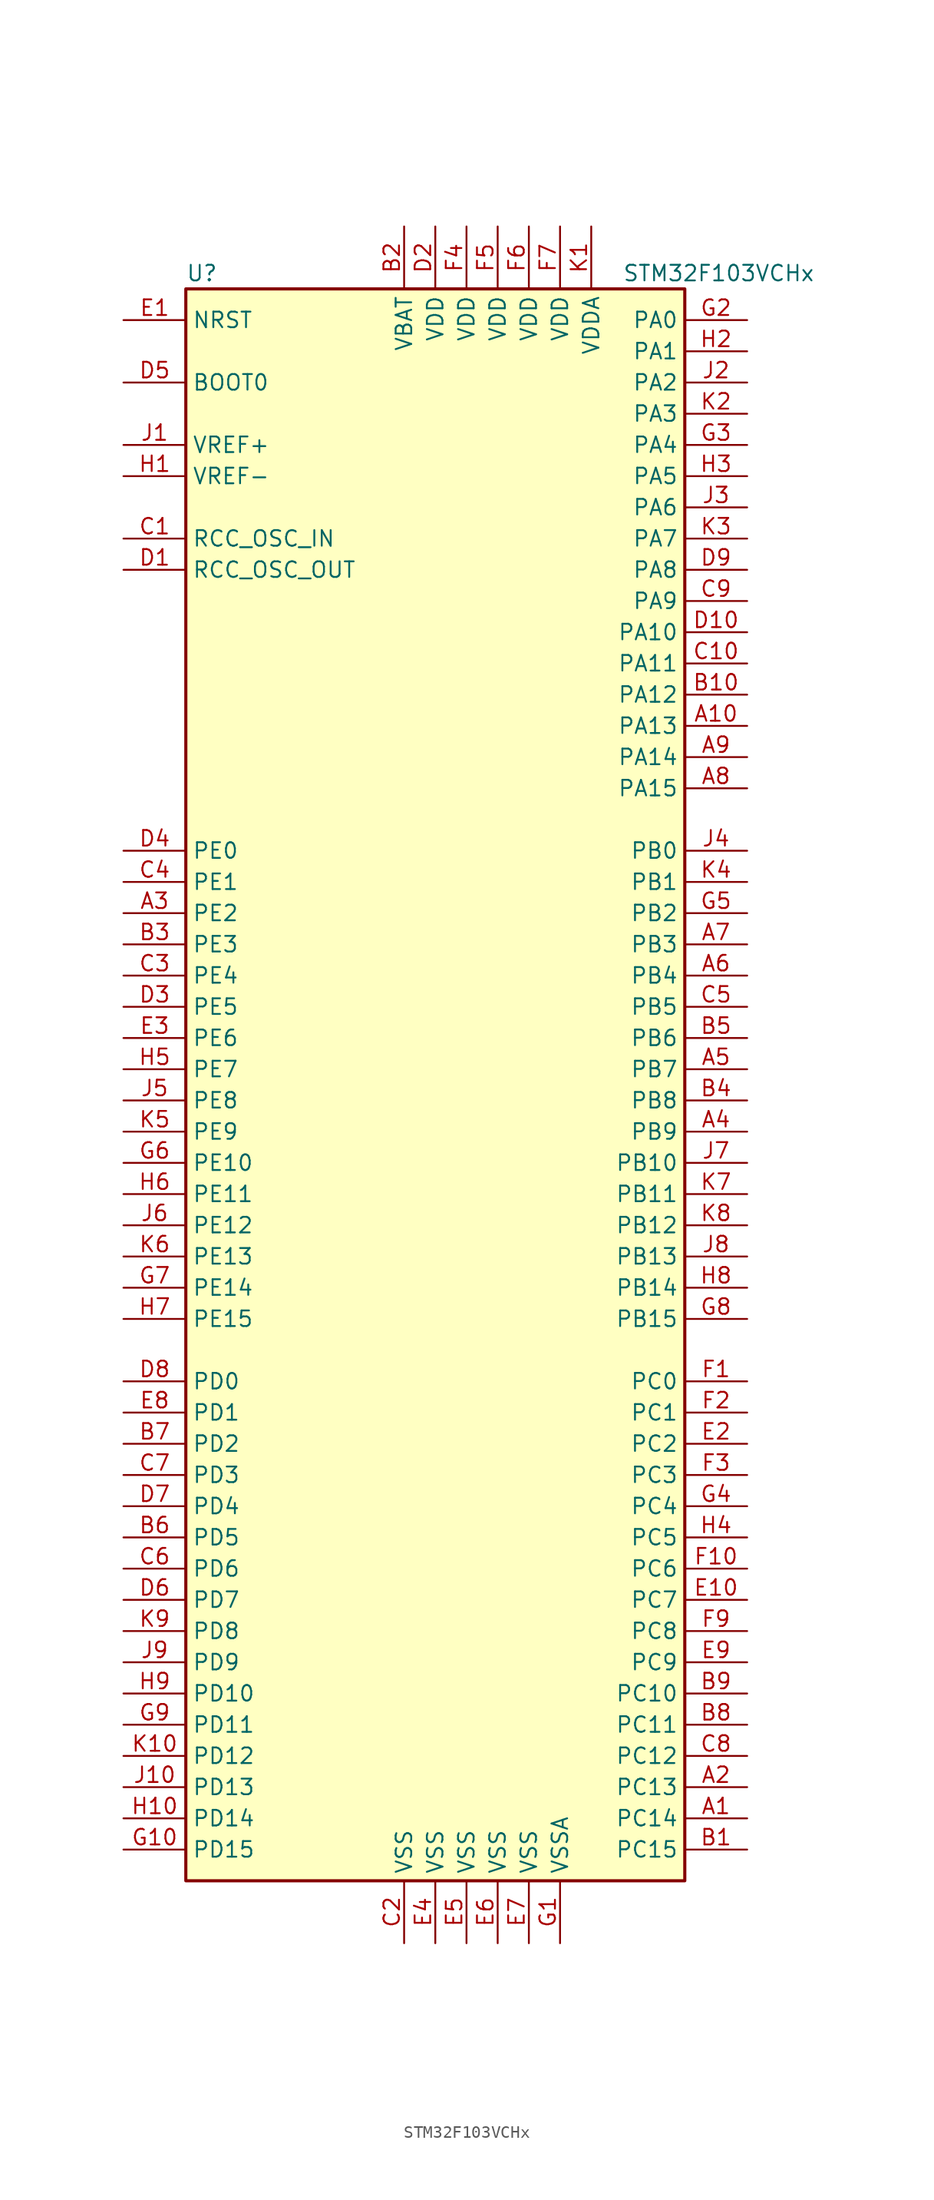
<source format=kicad_sym>
(kicad_symbol_lib
  (version 20201005)
  (generator kicad_symbol_editor)
  (symbol "STM32F103VCHx"
    (property "Reference" "U"
      (at -20.32 64.77 0)
      (effects (font (size 1.27 1.27)) (justify left)))
    (property "Value" "STM32F103VCHx"
      (at 15.24 64.77 0)
      (effects (font (size 1.27 1.27)) (justify left)))
    (symbol "STM32F103VCHx_0_1"
      (rectangle (start -20.32 -66.04) (end 20.32 63.5) (stroke (width 0.254)) (fill (type background))))
    (symbol "STM32F103VCHx_1_1"
      (pin input line (at -25.4 55.88 0) (length 5.08) (name "BOOT0" (effects (font (size 1.27 1.27)))) (number "D5" (effects (font (size 1.27 1.27)))))
      (pin no_connect line (at -20.32 -63.5 0) (length 5.08) hide (name "NC" (effects (font (size 1.27 1.27)))) (number "F8" (effects (font (size 1.27 1.27)))))
      (pin input line (at -25.4 60.96 0) (length 5.08) (name "NRST" (effects (font (size 1.27 1.27)))) (number "E1" (effects (font (size 1.27 1.27)))))
      (pin bidirectional line (at 25.4 60.96 180) (length 5.08) (name "PA0" (effects (font (size 1.27 1.27)))) (number "G2" (effects (font (size 1.27 1.27)))))
      (pin bidirectional line (at 25.4 58.42 180) (length 5.08) (name "PA1" (effects (font (size 1.27 1.27)))) (number "H2" (effects (font (size 1.27 1.27)))))
      (pin bidirectional line (at 25.4 35.56 180) (length 5.08) (name "PA10" (effects (font (size 1.27 1.27)))) (number "D10" (effects (font (size 1.27 1.27)))))
      (pin bidirectional line (at 25.4 33.02 180) (length 5.08) (name "PA11" (effects (font (size 1.27 1.27)))) (number "C10" (effects (font (size 1.27 1.27)))))
      (pin bidirectional line (at 25.4 30.48 180) (length 5.08) (name "PA12" (effects (font (size 1.27 1.27)))) (number "B10" (effects (font (size 1.27 1.27)))))
      (pin bidirectional line (at 25.4 27.94 180) (length 5.08) (name "PA13" (effects (font (size 1.27 1.27)))) (number "A10" (effects (font (size 1.27 1.27)))))
      (pin bidirectional line (at 25.4 25.4 180) (length 5.08) (name "PA14" (effects (font (size 1.27 1.27)))) (number "A9" (effects (font (size 1.27 1.27)))))
      (pin bidirectional line (at 25.4 22.86 180) (length 5.08) (name "PA15" (effects (font (size 1.27 1.27)))) (number "A8" (effects (font (size 1.27 1.27)))))
      (pin bidirectional line (at 25.4 55.88 180) (length 5.08) (name "PA2" (effects (font (size 1.27 1.27)))) (number "J2" (effects (font (size 1.27 1.27)))))
      (pin bidirectional line (at 25.4 53.34 180) (length 5.08) (name "PA3" (effects (font (size 1.27 1.27)))) (number "K2" (effects (font (size 1.27 1.27)))))
      (pin bidirectional line (at 25.4 50.8 180) (length 5.08) (name "PA4" (effects (font (size 1.27 1.27)))) (number "G3" (effects (font (size 1.27 1.27)))))
      (pin bidirectional line (at 25.4 48.26 180) (length 5.08) (name "PA5" (effects (font (size 1.27 1.27)))) (number "H3" (effects (font (size 1.27 1.27)))))
      (pin bidirectional line (at 25.4 45.72 180) (length 5.08) (name "PA6" (effects (font (size 1.27 1.27)))) (number "J3" (effects (font (size 1.27 1.27)))))
      (pin bidirectional line (at 25.4 43.18 180) (length 5.08) (name "PA7" (effects (font (size 1.27 1.27)))) (number "K3" (effects (font (size 1.27 1.27)))))
      (pin bidirectional line (at 25.4 40.64 180) (length 5.08) (name "PA8" (effects (font (size 1.27 1.27)))) (number "D9" (effects (font (size 1.27 1.27)))))
      (pin bidirectional line (at 25.4 38.1 180) (length 5.08) (name "PA9" (effects (font (size 1.27 1.27)))) (number "C9" (effects (font (size 1.27 1.27)))))
      (pin bidirectional line (at 25.4 17.78 180) (length 5.08) (name "PB0" (effects (font (size 1.27 1.27)))) (number "J4" (effects (font (size 1.27 1.27)))))
      (pin bidirectional line (at 25.4 15.24 180) (length 5.08) (name "PB1" (effects (font (size 1.27 1.27)))) (number "K4" (effects (font (size 1.27 1.27)))))
      (pin bidirectional line (at 25.4 -7.62 180) (length 5.08) (name "PB10" (effects (font (size 1.27 1.27)))) (number "J7" (effects (font (size 1.27 1.27)))))
      (pin bidirectional line (at 25.4 -10.16 180) (length 5.08) (name "PB11" (effects (font (size 1.27 1.27)))) (number "K7" (effects (font (size 1.27 1.27)))))
      (pin bidirectional line (at 25.4 -12.7 180) (length 5.08) (name "PB12" (effects (font (size 1.27 1.27)))) (number "K8" (effects (font (size 1.27 1.27)))))
      (pin bidirectional line (at 25.4 -15.24 180) (length 5.08) (name "PB13" (effects (font (size 1.27 1.27)))) (number "J8" (effects (font (size 1.27 1.27)))))
      (pin bidirectional line (at 25.4 -17.78 180) (length 5.08) (name "PB14" (effects (font (size 1.27 1.27)))) (number "H8" (effects (font (size 1.27 1.27)))))
      (pin bidirectional line (at 25.4 -20.32 180) (length 5.08) (name "PB15" (effects (font (size 1.27 1.27)))) (number "G8" (effects (font (size 1.27 1.27)))))
      (pin bidirectional line (at 25.4 12.7 180) (length 5.08) (name "PB2" (effects (font (size 1.27 1.27)))) (number "G5" (effects (font (size 1.27 1.27)))))
      (pin bidirectional line (at 25.4 10.16 180) (length 5.08) (name "PB3" (effects (font (size 1.27 1.27)))) (number "A7" (effects (font (size 1.27 1.27)))))
      (pin bidirectional line (at 25.4 7.62 180) (length 5.08) (name "PB4" (effects (font (size 1.27 1.27)))) (number "A6" (effects (font (size 1.27 1.27)))))
      (pin bidirectional line (at 25.4 5.08 180) (length 5.08) (name "PB5" (effects (font (size 1.27 1.27)))) (number "C5" (effects (font (size 1.27 1.27)))))
      (pin bidirectional line (at 25.4 2.54 180) (length 5.08) (name "PB6" (effects (font (size 1.27 1.27)))) (number "B5" (effects (font (size 1.27 1.27)))))
      (pin bidirectional line (at 25.4 0 180) (length 5.08) (name "PB7" (effects (font (size 1.27 1.27)))) (number "A5" (effects (font (size 1.27 1.27)))))
      (pin bidirectional line (at 25.4 -2.54 180) (length 5.08) (name "PB8" (effects (font (size 1.27 1.27)))) (number "B4" (effects (font (size 1.27 1.27)))))
      (pin bidirectional line (at 25.4 -5.08 180) (length 5.08) (name "PB9" (effects (font (size 1.27 1.27)))) (number "A4" (effects (font (size 1.27 1.27)))))
      (pin bidirectional line (at 25.4 -25.4 180) (length 5.08) (name "PC0" (effects (font (size 1.27 1.27)))) (number "F1" (effects (font (size 1.27 1.27)))))
      (pin bidirectional line (at 25.4 -27.94 180) (length 5.08) (name "PC1" (effects (font (size 1.27 1.27)))) (number "F2" (effects (font (size 1.27 1.27)))))
      (pin bidirectional line (at 25.4 -50.8 180) (length 5.08) (name "PC10" (effects (font (size 1.27 1.27)))) (number "B9" (effects (font (size 1.27 1.27)))))
      (pin bidirectional line (at 25.4 -53.34 180) (length 5.08) (name "PC11" (effects (font (size 1.27 1.27)))) (number "B8" (effects (font (size 1.27 1.27)))))
      (pin bidirectional line (at 25.4 -55.88 180) (length 5.08) (name "PC12" (effects (font (size 1.27 1.27)))) (number "C8" (effects (font (size 1.27 1.27)))))
      (pin bidirectional line (at 25.4 -58.42 180) (length 5.08) (name "PC13" (effects (font (size 1.27 1.27)))) (number "A2" (effects (font (size 1.27 1.27)))))
      (pin bidirectional line (at 25.4 -60.96 180) (length 5.08) (name "PC14" (effects (font (size 1.27 1.27)))) (number "A1" (effects (font (size 1.27 1.27)))))
      (pin bidirectional line (at 25.4 -63.5 180) (length 5.08) (name "PC15" (effects (font (size 1.27 1.27)))) (number "B1" (effects (font (size 1.27 1.27)))))
      (pin bidirectional line (at 25.4 -30.48 180) (length 5.08) (name "PC2" (effects (font (size 1.27 1.27)))) (number "E2" (effects (font (size 1.27 1.27)))))
      (pin bidirectional line (at 25.4 -33.02 180) (length 5.08) (name "PC3" (effects (font (size 1.27 1.27)))) (number "F3" (effects (font (size 1.27 1.27)))))
      (pin bidirectional line (at 25.4 -35.56 180) (length 5.08) (name "PC4" (effects (font (size 1.27 1.27)))) (number "G4" (effects (font (size 1.27 1.27)))))
      (pin bidirectional line (at 25.4 -38.1 180) (length 5.08) (name "PC5" (effects (font (size 1.27 1.27)))) (number "H4" (effects (font (size 1.27 1.27)))))
      (pin bidirectional line (at 25.4 -40.64 180) (length 5.08) (name "PC6" (effects (font (size 1.27 1.27)))) (number "F10" (effects (font (size 1.27 1.27)))))
      (pin bidirectional line (at 25.4 -43.18 180) (length 5.08) (name "PC7" (effects (font (size 1.27 1.27)))) (number "E10" (effects (font (size 1.27 1.27)))))
      (pin bidirectional line (at 25.4 -45.72 180) (length 5.08) (name "PC8" (effects (font (size 1.27 1.27)))) (number "F9" (effects (font (size 1.27 1.27)))))
      (pin bidirectional line (at 25.4 -48.26 180) (length 5.08) (name "PC9" (effects (font (size 1.27 1.27)))) (number "E9" (effects (font (size 1.27 1.27)))))
      (pin bidirectional line (at -25.4 -25.4 0) (length 5.08) (name "PD0" (effects (font (size 1.27 1.27)))) (number "D8" (effects (font (size 1.27 1.27)))))
      (pin bidirectional line (at -25.4 -27.94 0) (length 5.08) (name "PD1" (effects (font (size 1.27 1.27)))) (number "E8" (effects (font (size 1.27 1.27)))))
      (pin bidirectional line (at -25.4 -50.8 0) (length 5.08) (name "PD10" (effects (font (size 1.27 1.27)))) (number "H9" (effects (font (size 1.27 1.27)))))
      (pin bidirectional line (at -25.4 -53.34 0) (length 5.08) (name "PD11" (effects (font (size 1.27 1.27)))) (number "G9" (effects (font (size 1.27 1.27)))))
      (pin bidirectional line (at -25.4 -55.88 0) (length 5.08) (name "PD12" (effects (font (size 1.27 1.27)))) (number "K10" (effects (font (size 1.27 1.27)))))
      (pin bidirectional line (at -25.4 -58.42 0) (length 5.08) (name "PD13" (effects (font (size 1.27 1.27)))) (number "J10" (effects (font (size 1.27 1.27)))))
      (pin bidirectional line (at -25.4 -60.96 0) (length 5.08) (name "PD14" (effects (font (size 1.27 1.27)))) (number "H10" (effects (font (size 1.27 1.27)))))
      (pin bidirectional line (at -25.4 -63.5 0) (length 5.08) (name "PD15" (effects (font (size 1.27 1.27)))) (number "G10" (effects (font (size 1.27 1.27)))))
      (pin bidirectional line (at -25.4 -30.48 0) (length 5.08) (name "PD2" (effects (font (size 1.27 1.27)))) (number "B7" (effects (font (size 1.27 1.27)))))
      (pin bidirectional line (at -25.4 -33.02 0) (length 5.08) (name "PD3" (effects (font (size 1.27 1.27)))) (number "C7" (effects (font (size 1.27 1.27)))))
      (pin bidirectional line (at -25.4 -35.56 0) (length 5.08) (name "PD4" (effects (font (size 1.27 1.27)))) (number "D7" (effects (font (size 1.27 1.27)))))
      (pin bidirectional line (at -25.4 -38.1 0) (length 5.08) (name "PD5" (effects (font (size 1.27 1.27)))) (number "B6" (effects (font (size 1.27 1.27)))))
      (pin bidirectional line (at -25.4 -40.64 0) (length 5.08) (name "PD6" (effects (font (size 1.27 1.27)))) (number "C6" (effects (font (size 1.27 1.27)))))
      (pin bidirectional line (at -25.4 -43.18 0) (length 5.08) (name "PD7" (effects (font (size 1.27 1.27)))) (number "D6" (effects (font (size 1.27 1.27)))))
      (pin bidirectional line (at -25.4 -45.72 0) (length 5.08) (name "PD8" (effects (font (size 1.27 1.27)))) (number "K9" (effects (font (size 1.27 1.27)))))
      (pin bidirectional line (at -25.4 -48.26 0) (length 5.08) (name "PD9" (effects (font (size 1.27 1.27)))) (number "J9" (effects (font (size 1.27 1.27)))))
      (pin bidirectional line (at -25.4 17.78 0) (length 5.08) (name "PE0" (effects (font (size 1.27 1.27)))) (number "D4" (effects (font (size 1.27 1.27)))))
      (pin bidirectional line (at -25.4 15.24 0) (length 5.08) (name "PE1" (effects (font (size 1.27 1.27)))) (number "C4" (effects (font (size 1.27 1.27)))))
      (pin bidirectional line (at -25.4 -7.62 0) (length 5.08) (name "PE10" (effects (font (size 1.27 1.27)))) (number "G6" (effects (font (size 1.27 1.27)))))
      (pin bidirectional line (at -25.4 -10.16 0) (length 5.08) (name "PE11" (effects (font (size 1.27 1.27)))) (number "H6" (effects (font (size 1.27 1.27)))))
      (pin bidirectional line (at -25.4 -12.7 0) (length 5.08) (name "PE12" (effects (font (size 1.27 1.27)))) (number "J6" (effects (font (size 1.27 1.27)))))
      (pin bidirectional line (at -25.4 -15.24 0) (length 5.08) (name "PE13" (effects (font (size 1.27 1.27)))) (number "K6" (effects (font (size 1.27 1.27)))))
      (pin bidirectional line (at -25.4 -17.78 0) (length 5.08) (name "PE14" (effects (font (size 1.27 1.27)))) (number "G7" (effects (font (size 1.27 1.27)))))
      (pin bidirectional line (at -25.4 -20.32 0) (length 5.08) (name "PE15" (effects (font (size 1.27 1.27)))) (number "H7" (effects (font (size 1.27 1.27)))))
      (pin bidirectional line (at -25.4 12.7 0) (length 5.08) (name "PE2" (effects (font (size 1.27 1.27)))) (number "A3" (effects (font (size 1.27 1.27)))))
      (pin bidirectional line (at -25.4 10.16 0) (length 5.08) (name "PE3" (effects (font (size 1.27 1.27)))) (number "B3" (effects (font (size 1.27 1.27)))))
      (pin bidirectional line (at -25.4 7.62 0) (length 5.08) (name "PE4" (effects (font (size 1.27 1.27)))) (number "C3" (effects (font (size 1.27 1.27)))))
      (pin bidirectional line (at -25.4 5.08 0) (length 5.08) (name "PE5" (effects (font (size 1.27 1.27)))) (number "D3" (effects (font (size 1.27 1.27)))))
      (pin bidirectional line (at -25.4 2.54 0) (length 5.08) (name "PE6" (effects (font (size 1.27 1.27)))) (number "E3" (effects (font (size 1.27 1.27)))))
      (pin bidirectional line (at -25.4 0 0) (length 5.08) (name "PE7" (effects (font (size 1.27 1.27)))) (number "H5" (effects (font (size 1.27 1.27)))))
      (pin bidirectional line (at -25.4 -2.54 0) (length 5.08) (name "PE8" (effects (font (size 1.27 1.27)))) (number "J5" (effects (font (size 1.27 1.27)))))
      (pin bidirectional line (at -25.4 -5.08 0) (length 5.08) (name "PE9" (effects (font (size 1.27 1.27)))) (number "K5" (effects (font (size 1.27 1.27)))))
      (pin input line (at -25.4 43.18 0) (length 5.08) (name "RCC_OSC_IN" (effects (font (size 1.27 1.27)))) (number "C1" (effects (font (size 1.27 1.27)))))
      (pin input line (at -25.4 40.64 0) (length 5.08) (name "RCC_OSC_OUT" (effects (font (size 1.27 1.27)))) (number "D1" (effects (font (size 1.27 1.27)))))
      (pin power_in line (at -2.54 68.58 270) (length 5.08) (name "VBAT" (effects (font (size 1.27 1.27)))) (number "B2" (effects (font (size 1.27 1.27)))))
      (pin power_in line (at 0 68.58 270) (length 5.08) (name "VDD" (effects (font (size 1.27 1.27)))) (number "D2" (effects (font (size 1.27 1.27)))))
      (pin power_in line (at 2.54 68.58 270) (length 5.08) (name "VDD" (effects (font (size 1.27 1.27)))) (number "F4" (effects (font (size 1.27 1.27)))))
      (pin power_in line (at 5.08 68.58 270) (length 5.08) (name "VDD" (effects (font (size 1.27 1.27)))) (number "F5" (effects (font (size 1.27 1.27)))))
      (pin power_in line (at 7.62 68.58 270) (length 5.08) (name "VDD" (effects (font (size 1.27 1.27)))) (number "F6" (effects (font (size 1.27 1.27)))))
      (pin power_in line (at 10.16 68.58 270) (length 5.08) (name "VDD" (effects (font (size 1.27 1.27)))) (number "F7" (effects (font (size 1.27 1.27)))))
      (pin power_in line (at 12.7 68.58 270) (length 5.08) (name "VDDA" (effects (font (size 1.27 1.27)))) (number "K1" (effects (font (size 1.27 1.27)))))
      (pin power_in line (at -25.4 50.8 0) (length 5.08) (name "VREF+" (effects (font (size 1.27 1.27)))) (number "J1" (effects (font (size 1.27 1.27)))))
      (pin power_in line (at -25.4 48.26 0) (length 5.08) (name "VREF-" (effects (font (size 1.27 1.27)))) (number "H1" (effects (font (size 1.27 1.27)))))
      (pin power_in line (at -2.54 -71.12 90) (length 5.08) (name "VSS" (effects (font (size 1.27 1.27)))) (number "C2" (effects (font (size 1.27 1.27)))))
      (pin power_in line (at 0 -71.12 90) (length 5.08) (name "VSS" (effects (font (size 1.27 1.27)))) (number "E4" (effects (font (size 1.27 1.27)))))
      (pin power_in line (at 2.54 -71.12 90) (length 5.08) (name "VSS" (effects (font (size 1.27 1.27)))) (number "E5" (effects (font (size 1.27 1.27)))))
      (pin power_in line (at 5.08 -71.12 90) (length 5.08) (name "VSS" (effects (font (size 1.27 1.27)))) (number "E6" (effects (font (size 1.27 1.27)))))
      (pin power_in line (at 7.62 -71.12 90) (length 5.08) (name "VSS" (effects (font (size 1.27 1.27)))) (number "E7" (effects (font (size 1.27 1.27)))))
      (pin power_in line (at 10.16 -71.12 90) (length 5.08) (name "VSSA" (effects (font (size 1.27 1.27)))) (number "G1" (effects (font (size 1.27 1.27))))))))
</source>
